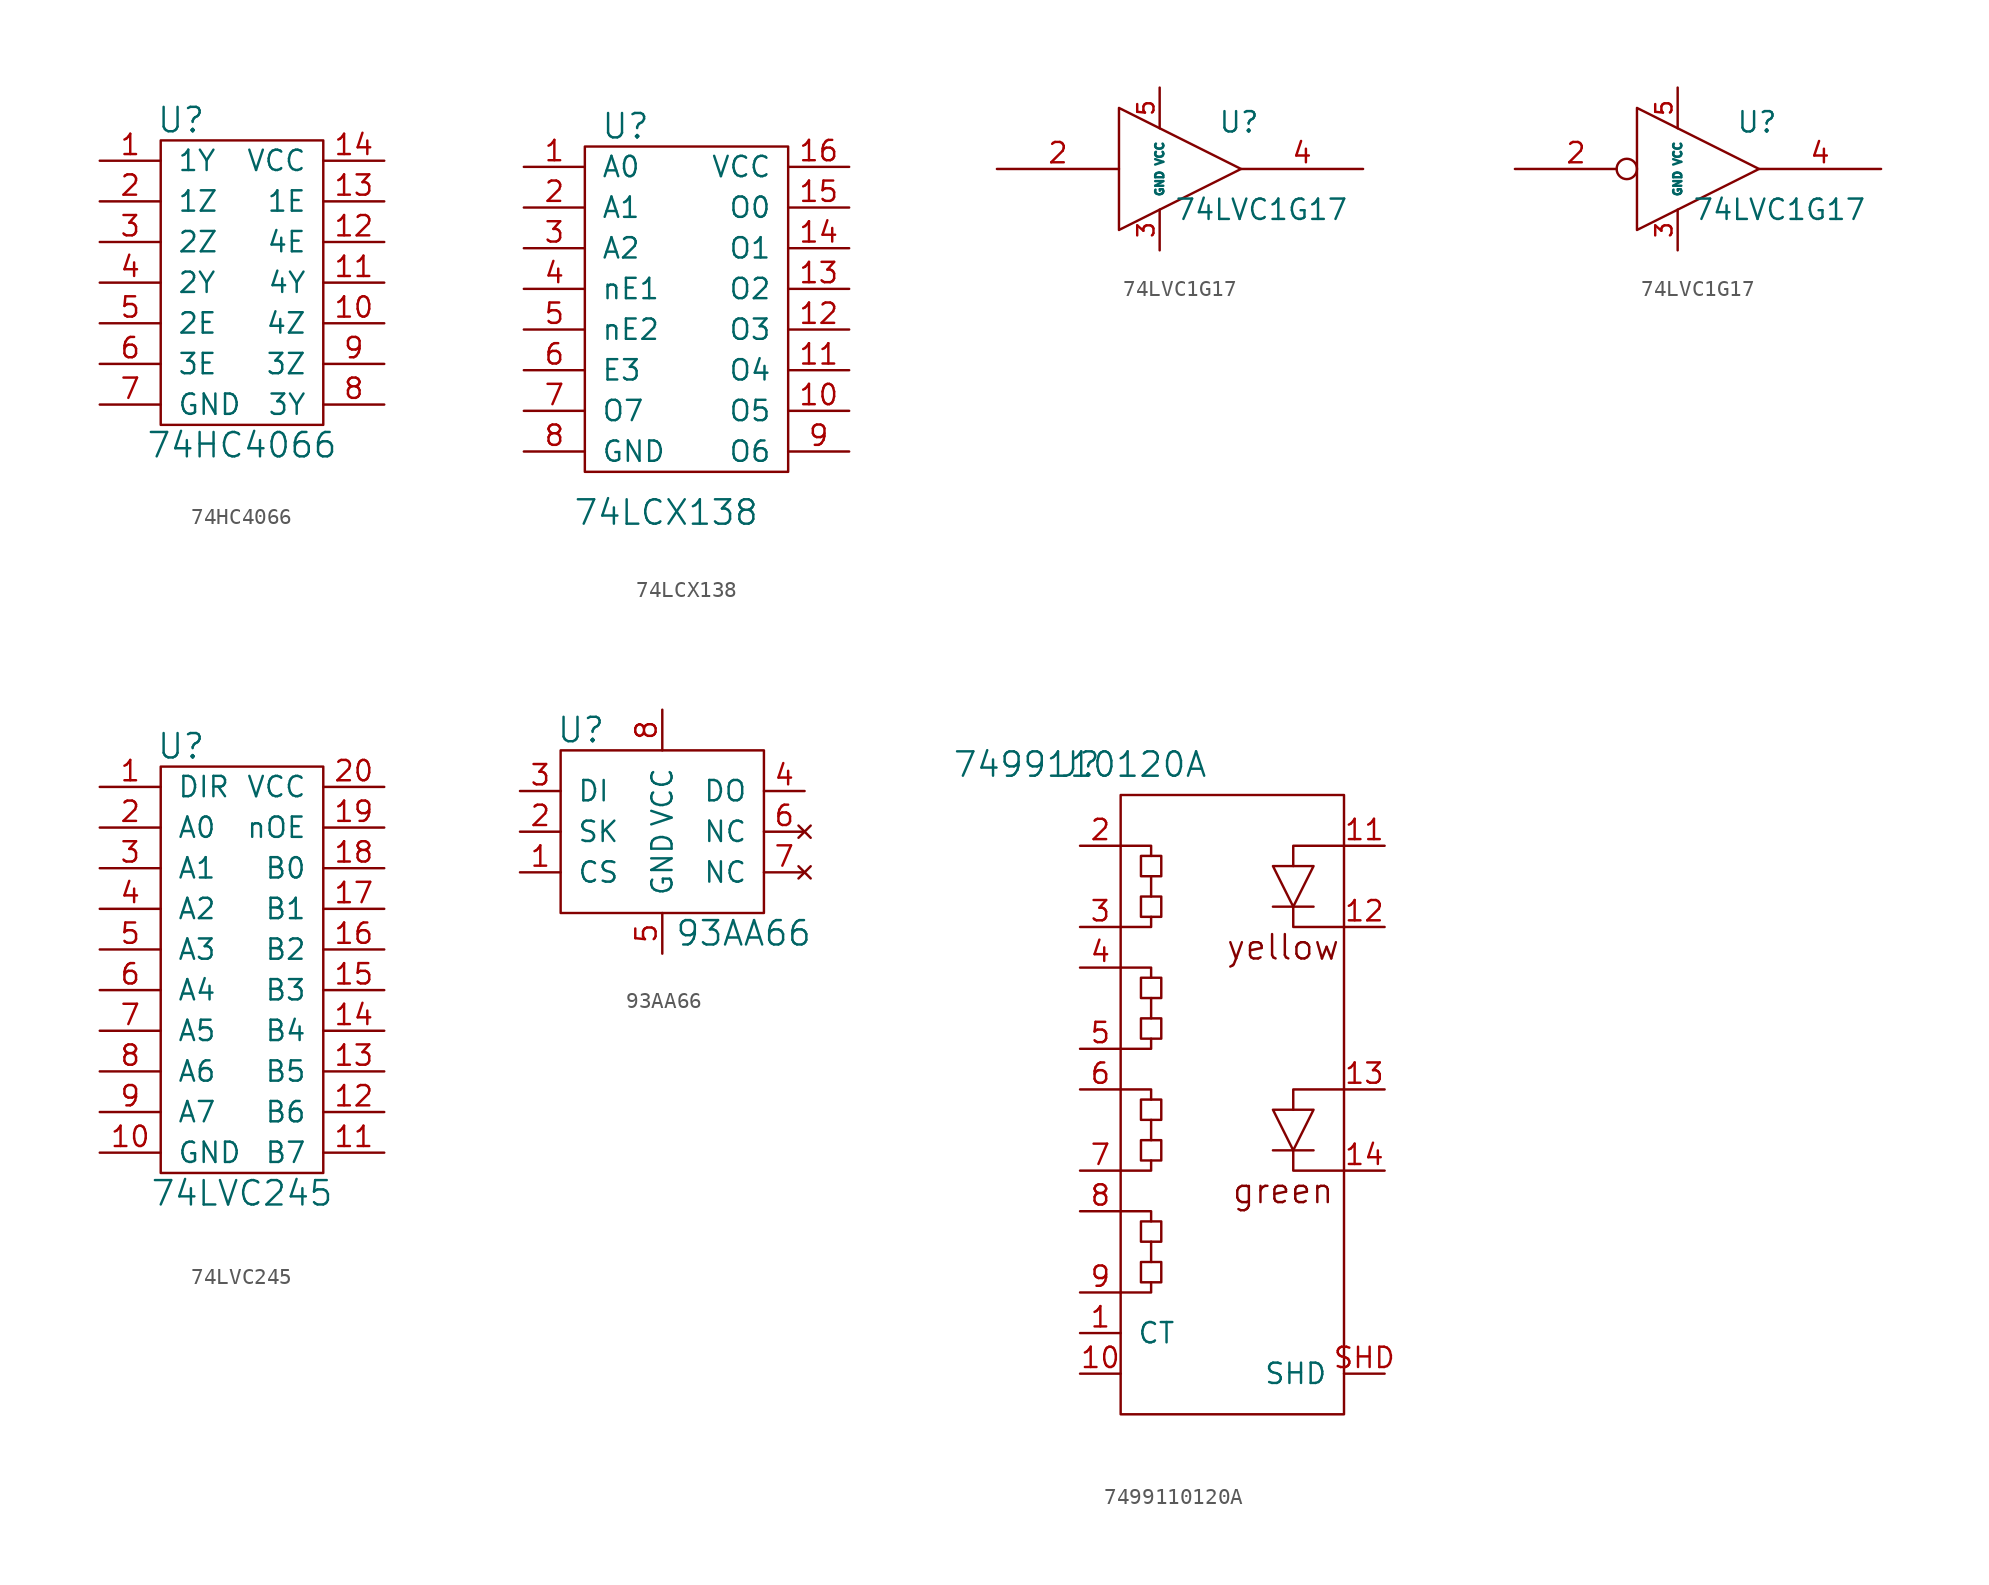
<source format=kicad_sym>
(kicad_symbol_lib
  (version 20210619)
  (generator kicad_symbol_editor)
  (symbol "tinkerforge:74HC4066"
    (pin_names
      (offset 1.016))
    (property "Reference" "U"
      (at -3.81 8.89 0)
      (effects (font (size 1.524 1.524))))
    (property "Value" "74HC4066"
      (at 0 -11.43 0)
      (effects (font (size 1.524 1.524))))
    (property "Footprint" ""
      (at 0 0 0)
      (effects (font (size 1.524 1.524))))
    (property "Datasheet" ""
      (at 0 0 0)
      (effects (font (size 1.524 1.524))))
    (symbol "74HC4066_0_1"
      (rectangle (start -5.08 7.62) (end 5.08 -10.16) (stroke (width 0)) (fill (type none))))
    (symbol "74HC4066_1_1"
      (pin passive line (at -8.89 6.35 0) (length 3.81) (name "1Y" (effects (font (size 1.27 1.27)))) (number "1" (effects (font (size 1.27 1.27)))))
      (pin passive line (at 8.89 -3.81 180) (length 3.81) (name "4Z" (effects (font (size 1.27 1.27)))) (number "10" (effects (font (size 1.27 1.27)))))
      (pin passive line (at 8.89 -1.27 180) (length 3.81) (name "4Y" (effects (font (size 1.27 1.27)))) (number "11" (effects (font (size 1.27 1.27)))))
      (pin passive line (at 8.89 1.27 180) (length 3.81) (name "4E" (effects (font (size 1.27 1.27)))) (number "12" (effects (font (size 1.27 1.27)))))
      (pin passive line (at 8.89 3.81 180) (length 3.81) (name "1E" (effects (font (size 1.27 1.27)))) (number "13" (effects (font (size 1.27 1.27)))))
      (pin passive line (at 8.89 6.35 180) (length 3.81) (name "VCC" (effects (font (size 1.27 1.27)))) (number "14" (effects (font (size 1.27 1.27)))))
      (pin passive line (at -8.89 3.81 0) (length 3.81) (name "1Z" (effects (font (size 1.27 1.27)))) (number "2" (effects (font (size 1.27 1.27)))))
      (pin passive line (at -8.89 1.27 0) (length 3.81) (name "2Z" (effects (font (size 1.27 1.27)))) (number "3" (effects (font (size 1.27 1.27)))))
      (pin passive line (at -8.89 -1.27 0) (length 3.81) (name "2Y" (effects (font (size 1.27 1.27)))) (number "4" (effects (font (size 1.27 1.27)))))
      (pin passive line (at -8.89 -3.81 0) (length 3.81) (name "2E" (effects (font (size 1.27 1.27)))) (number "5" (effects (font (size 1.27 1.27)))))
      (pin passive line (at -8.89 -6.35 0) (length 3.81) (name "3E" (effects (font (size 1.27 1.27)))) (number "6" (effects (font (size 1.27 1.27)))))
      (pin passive line (at -8.89 -8.89 0) (length 3.81) (name "GND" (effects (font (size 1.27 1.27)))) (number "7" (effects (font (size 1.27 1.27)))))
      (pin passive line (at 8.89 -8.89 180) (length 3.81) (name "3Y" (effects (font (size 1.27 1.27)))) (number "8" (effects (font (size 1.27 1.27)))))
      (pin passive line (at 8.89 -6.35 180) (length 3.81) (name "3Z" (effects (font (size 1.27 1.27)))) (number "9" (effects (font (size 1.27 1.27)))))))
  (symbol "tinkerforge:74LCX138"
    (pin_names
      (offset 1.016))
    (property "Reference" "U"
      (at -3.81 11.43 0)
      (effects (font (size 1.524 1.524))))
    (property "Value" "74LCX138"
      (at -1.27 -12.7 0)
      (effects (font (size 1.524 1.524))))
    (property "Footprint" ""
      (at 0 0 0)
      (effects (font (size 1.524 1.524))))
    (property "Datasheet" ""
      (at 0 0 0)
      (effects (font (size 1.524 1.524))))
    (symbol "74LCX138_0_1"
      (rectangle (start -6.35 10.16) (end 6.35 -10.16) (stroke (width 0)) (fill (type none))))
    (symbol "74LCX138_1_1"
      (pin passive line (at -10.16 8.89 0) (length 3.81) (name "A0" (effects (font (size 1.27 1.27)))) (number "1" (effects (font (size 1.27 1.27)))))
      (pin passive line (at 10.16 -6.35 180) (length 3.81) (name "O5" (effects (font (size 1.27 1.27)))) (number "10" (effects (font (size 1.27 1.27)))))
      (pin passive line (at 10.16 -3.81 180) (length 3.81) (name "O4" (effects (font (size 1.27 1.27)))) (number "11" (effects (font (size 1.27 1.27)))))
      (pin passive line (at 10.16 -1.27 180) (length 3.81) (name "O3" (effects (font (size 1.27 1.27)))) (number "12" (effects (font (size 1.27 1.27)))))
      (pin passive line (at 10.16 1.27 180) (length 3.81) (name "O2" (effects (font (size 1.27 1.27)))) (number "13" (effects (font (size 1.27 1.27)))))
      (pin passive line (at 10.16 3.81 180) (length 3.81) (name "O1" (effects (font (size 1.27 1.27)))) (number "14" (effects (font (size 1.27 1.27)))))
      (pin passive line (at 10.16 6.35 180) (length 3.81) (name "O0" (effects (font (size 1.27 1.27)))) (number "15" (effects (font (size 1.27 1.27)))))
      (pin passive line (at 10.16 8.89 180) (length 3.81) (name "VCC" (effects (font (size 1.27 1.27)))) (number "16" (effects (font (size 1.27 1.27)))))
      (pin passive line (at -10.16 6.35 0) (length 3.81) (name "A1" (effects (font (size 1.27 1.27)))) (number "2" (effects (font (size 1.27 1.27)))))
      (pin passive line (at -10.16 3.81 0) (length 3.81) (name "A2" (effects (font (size 1.27 1.27)))) (number "3" (effects (font (size 1.27 1.27)))))
      (pin passive line (at -10.16 1.27 0) (length 3.81) (name "nE1" (effects (font (size 1.27 1.27)))) (number "4" (effects (font (size 1.27 1.27)))))
      (pin passive line (at -10.16 -1.27 0) (length 3.81) (name "nE2" (effects (font (size 1.27 1.27)))) (number "5" (effects (font (size 1.27 1.27)))))
      (pin passive line (at -10.16 -3.81 0) (length 3.81) (name "E3" (effects (font (size 1.27 1.27)))) (number "6" (effects (font (size 1.27 1.27)))))
      (pin passive line (at -10.16 -6.35 0) (length 3.81) (name "O7" (effects (font (size 1.27 1.27)))) (number "7" (effects (font (size 1.27 1.27)))))
      (pin passive line (at -10.16 -8.89 0) (length 3.81) (name "GND" (effects (font (size 1.27 1.27)))) (number "8" (effects (font (size 1.27 1.27)))))
      (pin passive line (at 10.16 -8.89 180) (length 3.81) (name "O6" (effects (font (size 1.27 1.27)))) (number "9" (effects (font (size 1.27 1.27)))))))
  (symbol "tinkerforge:74LVC1G17"
    (pin_names
      (offset 0.762))
    (property "Reference" "U"
      (at 3.683 2.921 0)
      (effects (font (size 1.27 1.27))))
    (property "Value" "74LVC1G17"
      (at 5.08 -2.54 0)
      (effects (font (size 1.27 1.27))))
    (property "Footprint" ""
      (at 2.413 -3.429 0)
      (effects (font (size 1.27 1.27))))
    (property "Datasheet" ""
      (at 3.683 2.921 0)
      (effects (font (size 1.27 1.27))))
    (symbol "74LVC1G17_0_0"
      (polyline (pts (xy -3.81 3.81) (xy -3.81 -3.81) (xy 3.81 0) (xy -3.81 3.81)) (stroke (width 0)) (fill (type none)))
      (pin power_in line (at -1.27 -5.08 90) (length 2.54) (name "GND" (effects (font (size 0.508 0.508)))) (number "3" (effects (font (size 1.016 1.016)))))
      (pin power_in line (at -1.27 5.08 270) (length 2.54) (name "VCC" (effects (font (size 0.508 0.508)))) (number "5" (effects (font (size 1.016 1.016))))))
    (symbol "74LVC1G17_1_1"
      (pin input line (at -11.43 0 0) (length 7.62) (name "~" (effects (font (size 1.27 1.27)))) (number "2" (effects (font (size 1.27 1.27)))))
      (pin output line (at 11.43 0 180) (length 7.62) (name "~" (effects (font (size 1.27 1.27)))) (number "4" (effects (font (size 1.27 1.27))))))
    (symbol "74LVC1G17_1_2"
      (pin input inverted (at -11.43 0 0) (length 7.62) (name "~" (effects (font (size 1.27 1.27)))) (number "2" (effects (font (size 1.27 1.27)))))
      (pin output line (at 11.43 0 180) (length 7.62) (name "~" (effects (font (size 1.27 1.27)))) (number "4" (effects (font (size 1.27 1.27)))))))
  (symbol "tinkerforge:74LVC245"
    (pin_names
      (offset 1.016))
    (property "Reference" "U"
      (at -3.81 13.97 0)
      (effects (font (size 1.524 1.524))))
    (property "Value" "74LVC245"
      (at 0 -13.97 0)
      (effects (font (size 1.524 1.524))))
    (property "Footprint" ""
      (at 0 0 0)
      (effects (font (size 1.524 1.524))))
    (property "Datasheet" ""
      (at 0 0 0)
      (effects (font (size 1.524 1.524))))
    (symbol "74LVC245_0_1"
      (rectangle (start -5.08 12.7) (end 5.08 -12.7) (stroke (width 0)) (fill (type none))))
    (symbol "74LVC245_1_1"
      (pin passive line (at -8.89 11.43 0) (length 3.81) (name "DIR" (effects (font (size 1.27 1.27)))) (number "1" (effects (font (size 1.27 1.27)))))
      (pin passive line (at -8.89 -11.43 0) (length 3.81) (name "GND" (effects (font (size 1.27 1.27)))) (number "10" (effects (font (size 1.27 1.27)))))
      (pin passive line (at 8.89 -11.43 180) (length 3.81) (name "B7" (effects (font (size 1.27 1.27)))) (number "11" (effects (font (size 1.27 1.27)))))
      (pin passive line (at 8.89 -8.89 180) (length 3.81) (name "B6" (effects (font (size 1.27 1.27)))) (number "12" (effects (font (size 1.27 1.27)))))
      (pin passive line (at 8.89 -6.35 180) (length 3.81) (name "B5" (effects (font (size 1.27 1.27)))) (number "13" (effects (font (size 1.27 1.27)))))
      (pin passive line (at 8.89 -3.81 180) (length 3.81) (name "B4" (effects (font (size 1.27 1.27)))) (number "14" (effects (font (size 1.27 1.27)))))
      (pin passive line (at 8.89 -1.27 180) (length 3.81) (name "B3" (effects (font (size 1.27 1.27)))) (number "15" (effects (font (size 1.27 1.27)))))
      (pin passive line (at 8.89 1.27 180) (length 3.81) (name "B2" (effects (font (size 1.27 1.27)))) (number "16" (effects (font (size 1.27 1.27)))))
      (pin passive line (at 8.89 3.81 180) (length 3.81) (name "B1" (effects (font (size 1.27 1.27)))) (number "17" (effects (font (size 1.27 1.27)))))
      (pin passive line (at 8.89 6.35 180) (length 3.81) (name "B0" (effects (font (size 1.27 1.27)))) (number "18" (effects (font (size 1.27 1.27)))))
      (pin passive line (at 8.89 8.89 180) (length 3.81) (name "nOE" (effects (font (size 1.27 1.27)))) (number "19" (effects (font (size 1.27 1.27)))))
      (pin passive line (at -8.89 8.89 0) (length 3.81) (name "A0" (effects (font (size 1.27 1.27)))) (number "2" (effects (font (size 1.27 1.27)))))
      (pin passive line (at 8.89 11.43 180) (length 3.81) (name "VCC" (effects (font (size 1.27 1.27)))) (number "20" (effects (font (size 1.27 1.27)))))
      (pin passive line (at -8.89 6.35 0) (length 3.81) (name "A1" (effects (font (size 1.27 1.27)))) (number "3" (effects (font (size 1.27 1.27)))))
      (pin passive line (at -8.89 3.81 0) (length 3.81) (name "A2" (effects (font (size 1.27 1.27)))) (number "4" (effects (font (size 1.27 1.27)))))
      (pin passive line (at -8.89 1.27 0) (length 3.81) (name "A3" (effects (font (size 1.27 1.27)))) (number "5" (effects (font (size 1.27 1.27)))))
      (pin passive line (at -8.89 -1.27 0) (length 3.81) (name "A4" (effects (font (size 1.27 1.27)))) (number "6" (effects (font (size 1.27 1.27)))))
      (pin passive line (at -8.89 -3.81 0) (length 3.81) (name "A5" (effects (font (size 1.27 1.27)))) (number "7" (effects (font (size 1.27 1.27)))))
      (pin passive line (at -8.89 -6.35 0) (length 3.81) (name "A6" (effects (font (size 1.27 1.27)))) (number "8" (effects (font (size 1.27 1.27)))))
      (pin passive line (at -8.89 -8.89 0) (length 3.81) (name "A7" (effects (font (size 1.27 1.27)))) (number "9" (effects (font (size 1.27 1.27)))))))
  (symbol "tinkerforge:93AA66"
    (pin_names
      (offset 1.016))
    (property "Reference" "U"
      (at -5.08 6.35 0)
      (effects (font (size 1.524 1.524))))
    (property "Value" "93AA66"
      (at 5.08 -6.35 0)
      (effects (font (size 1.524 1.524))))
    (symbol "93AA66_0_1"
      (rectangle (start -6.35 5.08) (end 6.35 -5.08) (stroke (width 0)) (fill (type none))))
    (symbol "93AA66_1_1"
      (pin passive line (at -8.89 -2.54 0) (length 2.54) (name "CS" (effects (font (size 1.27 1.27)))) (number "1" (effects (font (size 1.27 1.27)))))
      (pin passive line (at -8.89 0 0) (length 2.54) (name "SK" (effects (font (size 1.27 1.27)))) (number "2" (effects (font (size 1.27 1.27)))))
      (pin passive line (at -8.89 2.54 0) (length 2.54) (name "DI" (effects (font (size 1.27 1.27)))) (number "3" (effects (font (size 1.27 1.27)))))
      (pin passive line (at 8.89 2.54 180) (length 2.54) (name "DO" (effects (font (size 1.27 1.27)))) (number "4" (effects (font (size 1.27 1.27)))))
      (pin passive line (at 0 -7.62 90) (length 2.54) (name "GND" (effects (font (size 1.27 1.27)))) (number "5" (effects (font (size 1.27 1.27)))))
      (pin no_connect line (at 8.89 0 180) (length 2.54) (name "NC" (effects (font (size 1.27 1.27)))) (number "6" (effects (font (size 1.27 1.27)))))
      (pin no_connect line (at 8.89 -2.54 180) (length 2.54) (name "NC" (effects (font (size 1.27 1.27)))) (number "7" (effects (font (size 1.27 1.27)))))
      (pin passive line (at 0 7.62 270) (length 2.54) (name "VCC" (effects (font (size 1.27 1.27)))) (number "8" (effects (font (size 1.27 1.27)))))))
  (symbol "tinkerforge:7499110120A"
    (pin_names
      (offset 1.016))
    (property "Reference" "J"
      (at 0 0 0)
      (effects (font (size 1.524 1.524))))
    (property "Value" "7499110120A"
      (at 0 0 0)
      (effects (font (size 1.524 1.524))))
    (symbol "7499110120A_0_0"
      (text "green" (at 12.7 -26.67 0) (effects (font (size 1.524 1.524))))
      (text "yellow" (at 12.7 -11.43 0) (effects (font (size 1.524 1.524)))))
    (symbol "7499110120A_0_1"
      (rectangle (start 2.54 -40.64) (end 16.51 -1.905) (stroke (width 0)) (fill (type none)))
      (rectangle (start 3.81 -31.115) (end 5.08 -32.385) (stroke (width 0)) (fill (type none)))
      (rectangle (start 3.81 -28.575) (end 5.08 -29.845) (stroke (width 0)) (fill (type none)))
      (rectangle (start 3.81 -23.495) (end 5.08 -24.765) (stroke (width 0)) (fill (type none)))
      (rectangle (start 3.81 -20.955) (end 5.08 -22.225) (stroke (width 0)) (fill (type none)))
      (rectangle (start 3.81 -15.875) (end 5.08 -17.145) (stroke (width 0)) (fill (type none)))
      (rectangle (start 3.81 -13.335) (end 5.08 -14.605) (stroke (width 0)) (fill (type none)))
      (rectangle (start 3.81 -8.255) (end 5.08 -9.525) (stroke (width 0)) (fill (type none)))
      (rectangle (start 3.81 -5.715) (end 5.08 -6.985) (stroke (width 0)) (fill (type none)))
      (polyline (pts (xy 4.445 -29.845) (xy 4.445 -31.115)) (stroke (width 0)) (fill (type none)))
      (polyline (pts (xy 4.445 -22.225) (xy 4.445 -23.495)) (stroke (width 0)) (fill (type none)))
      (polyline (pts (xy 4.445 -14.605) (xy 4.445 -15.875)) (stroke (width 0)) (fill (type none)))
      (polyline (pts (xy 4.445 -6.985) (xy 4.445 -8.255)) (stroke (width 0)) (fill (type none)))
      (polyline (pts (xy 12.065 -24.13) (xy 14.605 -24.13)) (stroke (width 0)) (fill (type none)))
      (polyline (pts (xy 12.065 -8.89) (xy 14.605 -8.89)) (stroke (width 0)) (fill (type none)))
      (polyline (pts (xy 2.54 -33.02) (xy 4.445 -33.02) (xy 4.445 -32.385)) (stroke (width 0)) (fill (type none)))
      (polyline (pts (xy 2.54 -25.4) (xy 4.445 -25.4) (xy 4.445 -24.765)) (stroke (width 0)) (fill (type none)))
      (polyline (pts (xy 2.54 -17.78) (xy 4.445 -17.78) (xy 4.445 -17.145)) (stroke (width 0)) (fill (type none)))
      (polyline (pts (xy 2.54 -10.16) (xy 4.445 -10.16) (xy 4.445 -9.525)) (stroke (width 0)) (fill (type none)))
      (polyline (pts (xy 4.445 -28.575) (xy 4.445 -27.94) (xy 2.54 -27.94)) (stroke (width 0)) (fill (type none)))
      (polyline (pts (xy 4.445 -20.955) (xy 4.445 -20.32) (xy 2.54 -20.32)) (stroke (width 0)) (fill (type none)))
      (polyline (pts (xy 4.445 -13.335) (xy 4.445 -12.7) (xy 2.54 -12.7)) (stroke (width 0)) (fill (type none)))
      (polyline (pts (xy 4.445 -5.715) (xy 4.445 -5.08) (xy 2.54 -5.08)) (stroke (width 0)) (fill (type none)))
      (polyline (pts (xy 13.335 -21.59) (xy 13.335 -20.32) (xy 16.51 -20.32)) (stroke (width 0)) (fill (type none)))
      (polyline (pts (xy 13.335 -6.35) (xy 13.335 -5.08) (xy 16.51 -5.08)) (stroke (width 0)) (fill (type none)))
      (polyline (pts (xy 16.51 -25.4) (xy 13.335 -25.4) (xy 13.335 -24.13)) (stroke (width 0)) (fill (type none)))
      (polyline (pts (xy 16.51 -10.16) (xy 13.335 -10.16) (xy 13.335 -8.89)) (stroke (width 0)) (fill (type none)))
      (polyline (pts (xy 12.065 -21.59) (xy 14.605 -21.59) (xy 13.335 -24.13) (xy 12.065 -21.59)) (stroke (width 0)) (fill (type none)))
      (polyline (pts (xy 12.065 -6.35) (xy 14.605 -6.35) (xy 13.335 -8.89) (xy 12.065 -6.35)) (stroke (width 0)) (fill (type none))))
    (symbol "7499110120A_1_1"
      (pin passive line (at 0 -35.56 0) (length 2.54) (name "CT" (effects (font (size 1.27 1.27)))) (number "1" (effects (font (size 1.27 1.27)))))
      (pin passive line (at 0 -38.1 0) (length 2.54) (name "~" (effects (font (size 1.27 1.27)))) (number "10" (effects (font (size 1.27 1.27)))))
      (pin passive line (at 19.05 -5.08 180) (length 2.54) (name "~" (effects (font (size 1.27 1.27)))) (number "11" (effects (font (size 1.27 1.27)))))
      (pin passive line (at 19.05 -10.16 180) (length 2.54) (name "~" (effects (font (size 1.27 1.27)))) (number "12" (effects (font (size 1.27 1.27)))))
      (pin passive line (at 19.05 -20.32 180) (length 2.54) (name "~" (effects (font (size 1.27 1.27)))) (number "13" (effects (font (size 1.27 1.27)))))
      (pin passive line (at 19.05 -25.4 180) (length 2.54) (name "~" (effects (font (size 1.27 1.27)))) (number "14" (effects (font (size 1.27 1.27)))))
      (pin passive line (at 0 -5.08 0) (length 2.54) (name "~" (effects (font (size 1.27 1.27)))) (number "2" (effects (font (size 1.27 1.27)))))
      (pin passive line (at 0 -10.16 0) (length 2.54) (name "~" (effects (font (size 1.27 1.27)))) (number "3" (effects (font (size 1.27 1.27)))))
      (pin passive line (at 0 -12.7 0) (length 2.54) (name "~" (effects (font (size 1.27 1.27)))) (number "4" (effects (font (size 1.27 1.27)))))
      (pin passive line (at 0 -17.78 0) (length 2.54) (name "~" (effects (font (size 1.27 1.27)))) (number "5" (effects (font (size 1.27 1.27)))))
      (pin passive line (at 0 -20.32 0) (length 2.54) (name "~" (effects (font (size 1.27 1.27)))) (number "6" (effects (font (size 1.27 1.27)))))
      (pin passive line (at 0 -25.4 0) (length 2.54) (name "~" (effects (font (size 1.27 1.27)))) (number "7" (effects (font (size 1.27 1.27)))))
      (pin passive line (at 0 -27.94 0) (length 2.54) (name "~" (effects (font (size 1.27 1.27)))) (number "8" (effects (font (size 1.27 1.27)))))
      (pin passive line (at 0 -33.02 0) (length 2.54) (name "~" (effects (font (size 1.27 1.27)))) (number "9" (effects (font (size 1.27 1.27)))))
      (pin passive line (at 19.05 -38.1 180) (length 2.54) (name "SHD" (effects (font (size 1.27 1.27)))) (number "SHD" (effects (font (size 1.27 1.27))))))))
</source>
